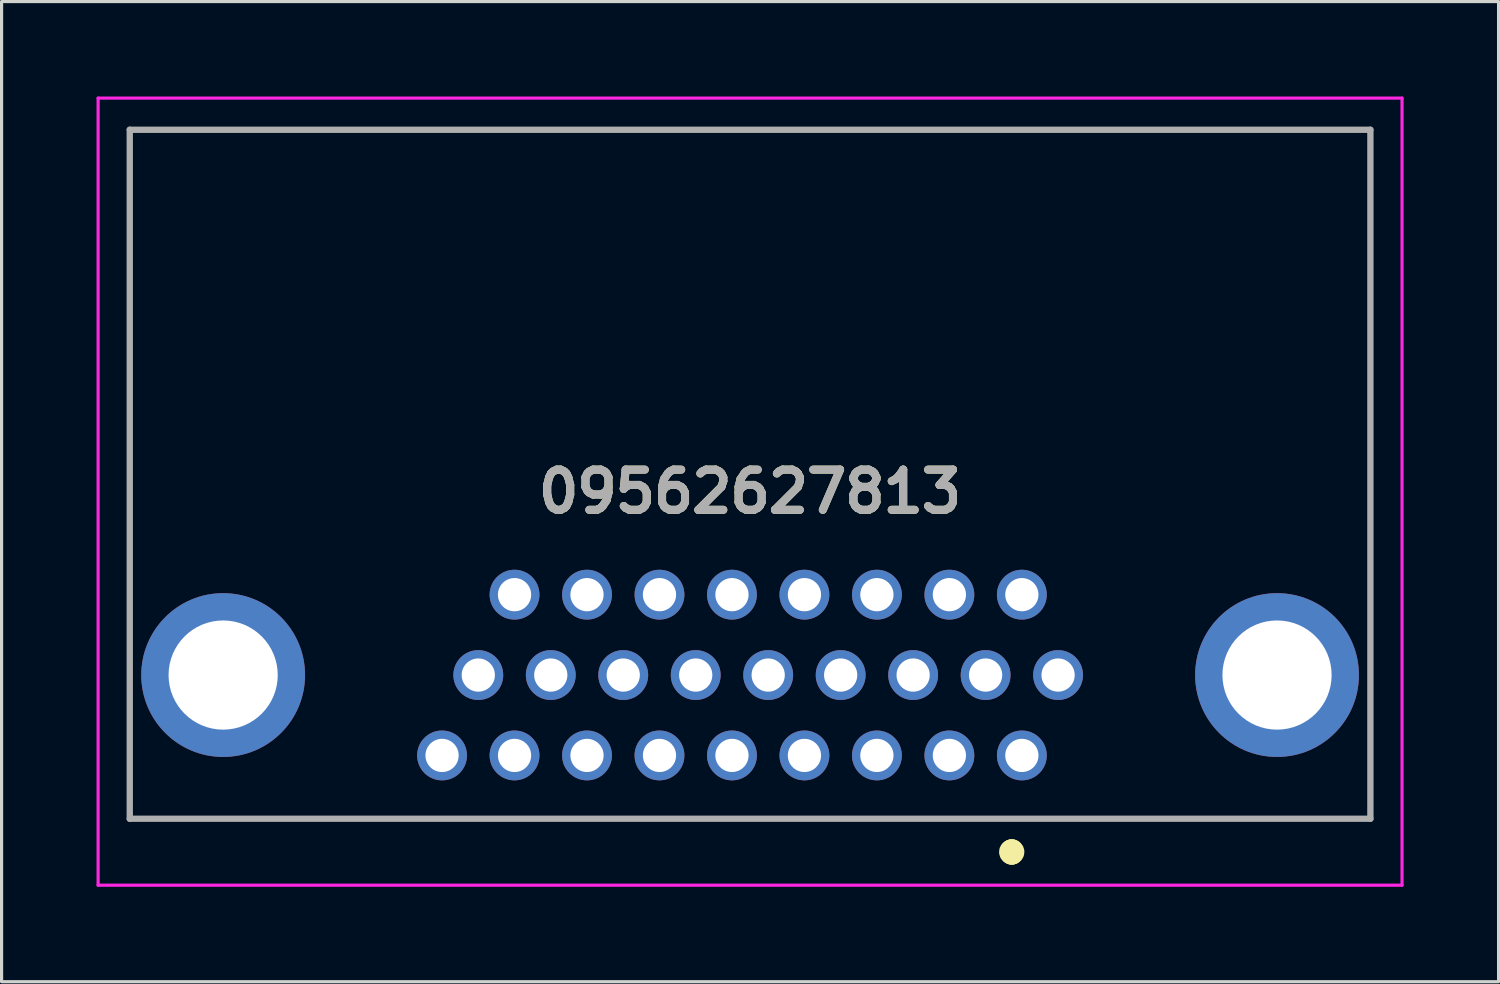
<source format=kicad_pcb>
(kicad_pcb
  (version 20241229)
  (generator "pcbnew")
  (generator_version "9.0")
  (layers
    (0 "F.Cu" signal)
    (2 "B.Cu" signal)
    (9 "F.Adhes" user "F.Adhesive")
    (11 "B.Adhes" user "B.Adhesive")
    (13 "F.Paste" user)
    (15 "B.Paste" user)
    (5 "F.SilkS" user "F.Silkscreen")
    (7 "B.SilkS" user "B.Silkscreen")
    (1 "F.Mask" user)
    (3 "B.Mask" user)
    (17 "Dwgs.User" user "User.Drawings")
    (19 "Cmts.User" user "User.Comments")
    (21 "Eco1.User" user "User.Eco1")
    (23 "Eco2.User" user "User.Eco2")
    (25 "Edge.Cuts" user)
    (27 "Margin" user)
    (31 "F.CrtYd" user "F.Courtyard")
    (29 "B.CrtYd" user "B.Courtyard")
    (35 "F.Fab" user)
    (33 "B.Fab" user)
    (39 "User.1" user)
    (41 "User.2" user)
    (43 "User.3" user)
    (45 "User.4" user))
  (footprint "09562627813"
    (layer "F.Cu")
    (at 29.238 20.82)
    (property "Reference" "09562627813" (at -8.587 -8.335 0) (layer "F.SilkS") (effects (font (size 1.27 1.27) (thickness 0.254))))
    (attr through_hole)
    (fp_line (start -28.188 -19.77) (end -28.188 2) (stroke (width 0.1) (type solid)) (layer "F.SilkS"))
    (fp_line (start -28.188 2) (end 11.013 2) (stroke (width 0.1) (type solid)) (layer "F.SilkS"))
    (fp_line (start -0.32 3) (end -0.32 3) (stroke (width 0.7) (type solid)) (layer "F.SilkS"))
    (fp_line (start -0.32 3.1) (end -0.32 3.1) (stroke (width 0.7) (type solid)) (layer "F.SilkS"))
    (fp_line (start 11.013 -19.77) (end -28.188 -19.77) (stroke (width 0.1) (type solid)) (layer "F.SilkS"))
    (fp_line (start 11.013 2) (end 11.013 -19.77) (stroke (width 0.1) (type solid)) (layer "F.SilkS"))
    (fp_arc (start -0.32 3) (mid -0.27 3.05) (end -0.32 3.1) (stroke (width 0.7) (type solid)) (layer "F.SilkS"))
    (fp_arc (start -0.32 3.1) (mid -0.37 3.05) (end -0.32 3) (stroke (width 0.7) (type solid)) (layer "F.SilkS"))
    (fp_line (start -29.188 -20.77) (end -29.188 4.1) (stroke (width 0.1) (type solid)) (layer "F.CrtYd"))
    (fp_line (start -29.188 4.1) (end 12.013 4.1) (stroke (width 0.1) (type solid)) (layer "F.CrtYd"))
    (fp_line (start 12.013 -20.77) (end -29.188 -20.77) (stroke (width 0.1) (type solid)) (layer "F.CrtYd"))
    (fp_line (start 12.013 4.1) (end 12.013 -20.77) (stroke (width 0.1) (type solid)) (layer "F.CrtYd"))
    (fp_line (start -28.188 -19.77) (end -28.188 2) (stroke (width 0.2) (type solid)) (layer "F.Fab"))
    (fp_line (start -28.188 2) (end 11.013 2) (stroke (width 0.2) (type solid)) (layer "F.Fab"))
    (fp_line (start 11.013 -19.77) (end -28.188 -19.77) (stroke (width 0.2) (type solid)) (layer "F.Fab"))
    (fp_line (start 11.013 2) (end 11.013 -19.77) (stroke (width 0.2) (type solid)) (layer "F.Fab"))
    (fp_text user "${REFERENCE}" (at -8.587 -8.335 0) (layer "F.Fab") (effects (font (size 1.27 1.27) (thickness 0.254))))
    (pad "1" thru_hole circle (at 0 0) (size 1.575 1.575) (drill 1.05) (layers "*.Cu" "*.Mask"))
    (pad "2" thru_hole circle (at -2.29 0) (size 1.575 1.575) (drill 1.05) (layers "*.Cu" "*.Mask"))
    (pad "3" thru_hole circle (at -4.58 0) (size 1.575 1.575) (drill 1.05) (layers "*.Cu" "*.Mask"))
    (pad "4" thru_hole circle (at -6.87 0) (size 1.575 1.575) (drill 1.05) (layers "*.Cu" "*.Mask"))
    (pad "5" thru_hole circle (at -9.16 0) (size 1.575 1.575) (drill 1.05) (layers "*.Cu" "*.Mask"))
    (pad "6" thru_hole circle (at -11.45 0) (size 1.575 1.575) (drill 1.05) (layers "*.Cu" "*.Mask"))
    (pad "7" thru_hole circle (at -13.74 0) (size 1.575 1.575) (drill 1.05) (layers "*.Cu" "*.Mask"))
    (pad "8" thru_hole circle (at -16.03 0) (size 1.575 1.575) (drill 1.05) (layers "*.Cu" "*.Mask"))
    (pad "9" thru_hole circle (at -18.32 0) (size 1.575 1.575) (drill 1.05) (layers "*.Cu" "*.Mask"))
    (pad "10" thru_hole circle (at 1.145 -2.54) (size 1.575 1.575) (drill 1.05) (layers "*.Cu" "*.Mask"))
    (pad "11" thru_hole circle (at -1.145 -2.54) (size 1.575 1.575) (drill 1.05) (layers "*.Cu" "*.Mask"))
    (pad "12" thru_hole circle (at -3.435 -2.54) (size 1.575 1.575) (drill 1.05) (layers "*.Cu" "*.Mask"))
    (pad "13" thru_hole circle (at -5.725 -2.54) (size 1.575 1.575) (drill 1.05) (layers "*.Cu" "*.Mask"))
    (pad "14" thru_hole circle (at -8.015 -2.54) (size 1.575 1.575) (drill 1.05) (layers "*.Cu" "*.Mask"))
    (pad "15" thru_hole circle (at -10.305 -2.54) (size 1.575 1.575) (drill 1.05) (layers "*.Cu" "*.Mask"))
    (pad "16" thru_hole circle (at -12.595 -2.54) (size 1.575 1.575) (drill 1.05) (layers "*.Cu" "*.Mask"))
    (pad "17" thru_hole circle (at -14.885 -2.54) (size 1.575 1.575) (drill 1.05) (layers "*.Cu" "*.Mask"))
    (pad "18" thru_hole circle (at -17.175 -2.54) (size 1.575 1.575) (drill 1.05) (layers "*.Cu" "*.Mask"))
    (pad "19" thru_hole circle (at 0 -5.08) (size 1.575 1.575) (drill 1.05) (layers "*.Cu" "*.Mask"))
    (pad "20" thru_hole circle (at -2.29 -5.08) (size 1.575 1.575) (drill 1.05) (layers "*.Cu" "*.Mask"))
    (pad "21" thru_hole circle (at -4.58 -5.08) (size 1.575 1.575) (drill 1.05) (layers "*.Cu" "*.Mask"))
    (pad "22" thru_hole circle (at -6.87 -5.08) (size 1.575 1.575) (drill 1.05) (layers "*.Cu" "*.Mask"))
    (pad "23" thru_hole circle (at -9.16 -5.08) (size 1.575 1.575) (drill 1.05) (layers "*.Cu" "*.Mask"))
    (pad "24" thru_hole circle (at -11.45 -5.08) (size 1.575 1.575) (drill 1.05) (layers "*.Cu" "*.Mask"))
    (pad "25" thru_hole circle (at -13.74 -5.08) (size 1.575 1.575) (drill 1.05) (layers "*.Cu" "*.Mask"))
    (pad "26" thru_hole circle (at -16.03 -5.08) (size 1.575 1.575) (drill 1.05) (layers "*.Cu" "*.Mask"))
    (pad "MH1" thru_hole circle (at 8.063 -2.54) (size 5.175 5.175) (drill 3.45) (layers "*.Cu" "*.Mask"))
    (pad "MH2" thru_hole circle (at -25.237 -2.54) (size 5.175 5.175) (drill 3.45) (layers "*.Cu" "*.Mask")))
  (gr_rect
    (start -3 -3)
    (end 44.301 27.97)
    (stroke (width 0.1) (type default))
    (fill no)
    (layer "Edge.Cuts")))
</source>
